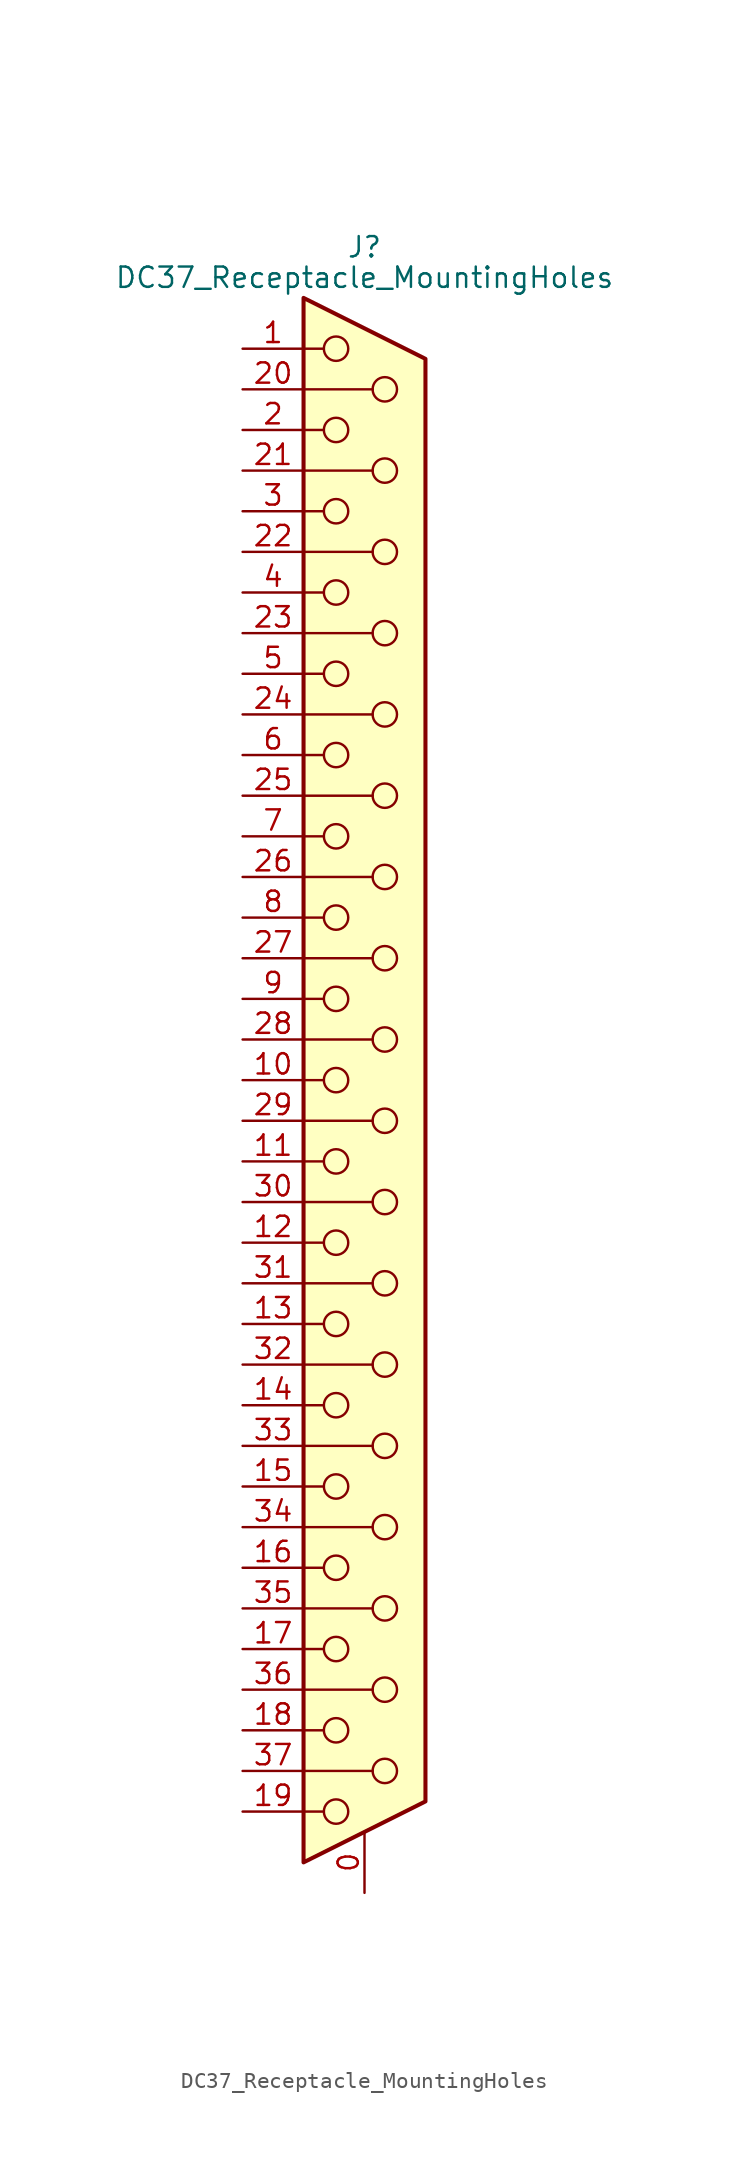
<source format=kicad_sym>
(kicad_symbol_lib
  (version 20241209)
  (generator "kicad_symbol_editor")
  (generator_version "9.0")
  (symbol "DC37_Receptacle_MountingHoles"
    (pin_names
      (offset 1.016)
      (hide yes))
    (property "Reference" "J"
      (at 0 52.07 0)
      (effects (font (size 1.27 1.27))))
    (property "Value" "DC37_Receptacle_MountingHoles"
      (at 0 50.165 0)
      (effects (font (size 1.27 1.27))))
    (symbol "DC37_Receptacle_MountingHoles_0_1"
      (polyline (pts (xy -3.81 45.72) (xy -2.54 45.72)) (stroke (width 0) (type default)) (fill (type none)))
      (polyline (pts (xy -3.81 43.18) (xy 0.508 43.18)) (stroke (width 0) (type default)) (fill (type none)))
      (polyline (pts (xy -3.81 40.64) (xy -2.54 40.64)) (stroke (width 0) (type default)) (fill (type none)))
      (polyline (pts (xy -3.81 38.1) (xy 0.508 38.1)) (stroke (width 0) (type default)) (fill (type none)))
      (polyline (pts (xy -3.81 35.56) (xy -2.54 35.56)) (stroke (width 0) (type default)) (fill (type none)))
      (polyline (pts (xy -3.81 33.02) (xy 0.508 33.02)) (stroke (width 0) (type default)) (fill (type none)))
      (polyline (pts (xy -3.81 30.48) (xy -2.54 30.48)) (stroke (width 0) (type default)) (fill (type none)))
      (polyline (pts (xy -3.81 27.94) (xy 0.508 27.94)) (stroke (width 0) (type default)) (fill (type none)))
      (polyline (pts (xy -3.81 25.4) (xy -2.54 25.4)) (stroke (width 0) (type default)) (fill (type none)))
      (polyline (pts (xy -3.81 22.86) (xy 0.508 22.86)) (stroke (width 0) (type default)) (fill (type none)))
      (polyline (pts (xy -3.81 20.32) (xy -2.54 20.32)) (stroke (width 0) (type default)) (fill (type none)))
      (polyline (pts (xy -3.81 17.78) (xy 0.508 17.78)) (stroke (width 0) (type default)) (fill (type none)))
      (polyline (pts (xy -3.81 15.24) (xy -2.54 15.24)) (stroke (width 0) (type default)) (fill (type none)))
      (polyline (pts (xy -3.81 12.7) (xy 0.508 12.7)) (stroke (width 0) (type default)) (fill (type none)))
      (polyline (pts (xy -3.81 10.16) (xy -2.54 10.16)) (stroke (width 0) (type default)) (fill (type none)))
      (polyline (pts (xy -3.81 7.62) (xy 0.508 7.62)) (stroke (width 0) (type default)) (fill (type none)))
      (polyline (pts (xy -3.81 5.08) (xy -2.54 5.08)) (stroke (width 0) (type default)) (fill (type none)))
      (polyline (pts (xy -3.81 2.54) (xy 0.508 2.54)) (stroke (width 0) (type default)) (fill (type none)))
      (polyline (pts (xy -3.81 0) (xy -2.54 0)) (stroke (width 0) (type default)) (fill (type none)))
      (polyline (pts (xy -3.81 -2.54) (xy 0.508 -2.54)) (stroke (width 0) (type default)) (fill (type none)))
      (polyline (pts (xy -3.81 -5.08) (xy -2.54 -5.08)) (stroke (width 0) (type default)) (fill (type none)))
      (polyline (pts (xy -3.81 -7.62) (xy 0.508 -7.62)) (stroke (width 0) (type default)) (fill (type none)))
      (polyline (pts (xy -3.81 -10.16) (xy -2.54 -10.16)) (stroke (width 0) (type default)) (fill (type none)))
      (polyline (pts (xy -3.81 -12.7) (xy 0.508 -12.7)) (stroke (width 0) (type default)) (fill (type none)))
      (polyline (pts (xy -3.81 -15.24) (xy -2.54 -15.24)) (stroke (width 0) (type default)) (fill (type none)))
      (polyline (pts (xy -3.81 -17.78) (xy 0.508 -17.78)) (stroke (width 0) (type default)) (fill (type none)))
      (polyline (pts (xy -3.81 -20.32) (xy -2.54 -20.32)) (stroke (width 0) (type default)) (fill (type none)))
      (polyline (pts (xy -3.81 -22.86) (xy 0.508 -22.86)) (stroke (width 0) (type default)) (fill (type none)))
      (polyline (pts (xy -3.81 -25.4) (xy -2.54 -25.4)) (stroke (width 0) (type default)) (fill (type none)))
      (polyline (pts (xy -3.81 -27.94) (xy 0.508 -27.94)) (stroke (width 0) (type default)) (fill (type none)))
      (polyline (pts (xy -3.81 -30.48) (xy -2.54 -30.48)) (stroke (width 0) (type default)) (fill (type none)))
      (polyline (pts (xy -3.81 -33.02) (xy 0.508 -33.02)) (stroke (width 0) (type default)) (fill (type none)))
      (polyline (pts (xy -3.81 -35.56) (xy -2.54 -35.56)) (stroke (width 0) (type default)) (fill (type none)))
      (polyline (pts (xy -3.81 -38.1) (xy 0.508 -38.1)) (stroke (width 0) (type default)) (fill (type none)))
      (polyline (pts (xy -3.81 -40.64) (xy -2.54 -40.64)) (stroke (width 0) (type default)) (fill (type none)))
      (polyline (pts (xy -3.81 -43.18) (xy 0.508 -43.18)) (stroke (width 0) (type default)) (fill (type none)))
      (polyline (pts (xy -3.81 -45.72) (xy -2.54 -45.72)) (stroke (width 0) (type default)) (fill (type none)))
      (polyline (pts (xy -3.81 -48.895) (xy 3.81 -45.085) (xy 3.81 45.085) (xy -3.81 48.895) (xy -3.81 -48.895)) (stroke (width 0.254) (type default)) (fill (type background)))
      (circle (center -1.778 45.72) (radius 0.762) (stroke (width 0) (type default)) (fill (type none)))
      (circle (center -1.778 40.64) (radius 0.762) (stroke (width 0) (type default)) (fill (type none)))
      (circle (center -1.778 35.56) (radius 0.762) (stroke (width 0) (type default)) (fill (type none)))
      (circle (center -1.778 30.48) (radius 0.762) (stroke (width 0) (type default)) (fill (type none)))
      (circle (center -1.778 25.4) (radius 0.762) (stroke (width 0) (type default)) (fill (type none)))
      (circle (center -1.778 20.32) (radius 0.762) (stroke (width 0) (type default)) (fill (type none)))
      (circle (center -1.778 15.24) (radius 0.762) (stroke (width 0) (type default)) (fill (type none)))
      (circle (center -1.778 10.16) (radius 0.762) (stroke (width 0) (type default)) (fill (type none)))
      (circle (center -1.778 5.08) (radius 0.762) (stroke (width 0) (type default)) (fill (type none)))
      (circle (center -1.778 0) (radius 0.762) (stroke (width 0) (type default)) (fill (type none)))
      (circle (center -1.778 -5.08) (radius 0.762) (stroke (width 0) (type default)) (fill (type none)))
      (circle (center -1.778 -10.16) (radius 0.762) (stroke (width 0) (type default)) (fill (type none)))
      (circle (center -1.778 -15.24) (radius 0.762) (stroke (width 0) (type default)) (fill (type none)))
      (circle (center -1.778 -20.32) (radius 0.762) (stroke (width 0) (type default)) (fill (type none)))
      (circle (center -1.778 -25.4) (radius 0.762) (stroke (width 0) (type default)) (fill (type none)))
      (circle (center -1.778 -30.48) (radius 0.762) (stroke (width 0) (type default)) (fill (type none)))
      (circle (center -1.778 -35.56) (radius 0.762) (stroke (width 0) (type default)) (fill (type none)))
      (circle (center -1.778 -40.64) (radius 0.762) (stroke (width 0) (type default)) (fill (type none)))
      (circle (center -1.778 -45.72) (radius 0.762) (stroke (width 0) (type default)) (fill (type none)))
      (circle (center 1.27 43.18) (radius 0.762) (stroke (width 0) (type default)) (fill (type none)))
      (circle (center 1.27 38.1) (radius 0.762) (stroke (width 0) (type default)) (fill (type none)))
      (circle (center 1.27 33.02) (radius 0.762) (stroke (width 0) (type default)) (fill (type none)))
      (circle (center 1.27 27.94) (radius 0.762) (stroke (width 0) (type default)) (fill (type none)))
      (circle (center 1.27 22.86) (radius 0.762) (stroke (width 0) (type default)) (fill (type none)))
      (circle (center 1.27 17.78) (radius 0.762) (stroke (width 0) (type default)) (fill (type none)))
      (circle (center 1.27 12.7) (radius 0.762) (stroke (width 0) (type default)) (fill (type none)))
      (circle (center 1.27 7.62) (radius 0.762) (stroke (width 0) (type default)) (fill (type none)))
      (circle (center 1.27 2.54) (radius 0.762) (stroke (width 0) (type default)) (fill (type none)))
      (circle (center 1.27 -2.54) (radius 0.762) (stroke (width 0) (type default)) (fill (type none)))
      (circle (center 1.27 -7.62) (radius 0.762) (stroke (width 0) (type default)) (fill (type none)))
      (circle (center 1.27 -12.7) (radius 0.762) (stroke (width 0) (type default)) (fill (type none)))
      (circle (center 1.27 -17.78) (radius 0.762) (stroke (width 0) (type default)) (fill (type none)))
      (circle (center 1.27 -22.86) (radius 0.762) (stroke (width 0) (type default)) (fill (type none)))
      (circle (center 1.27 -27.94) (radius 0.762) (stroke (width 0) (type default)) (fill (type none)))
      (circle (center 1.27 -33.02) (radius 0.762) (stroke (width 0) (type default)) (fill (type none)))
      (circle (center 1.27 -38.1) (radius 0.762) (stroke (width 0) (type default)) (fill (type none)))
      (circle (center 1.27 -43.18) (radius 0.762) (stroke (width 0) (type default)) (fill (type none))))
    (symbol "DC37_Receptacle_MountingHoles_1_1"
      (pin passive line (at -7.62 45.72 0) (length 3.81) (name "1" (effects (font (size 1.27 1.27)))) (number "1" (effects (font (size 1.27 1.27)))))
      (pin passive line (at -7.62 43.18 0) (length 3.81) (name "20" (effects (font (size 1.27 1.27)))) (number "20" (effects (font (size 1.27 1.27)))))
      (pin passive line (at -7.62 40.64 0) (length 3.81) (name "2" (effects (font (size 1.27 1.27)))) (number "2" (effects (font (size 1.27 1.27)))))
      (pin passive line (at -7.62 38.1 0) (length 3.81) (name "21" (effects (font (size 1.27 1.27)))) (number "21" (effects (font (size 1.27 1.27)))))
      (pin passive line (at -7.62 35.56 0) (length 3.81) (name "3" (effects (font (size 1.27 1.27)))) (number "3" (effects (font (size 1.27 1.27)))))
      (pin passive line (at -7.62 33.02 0) (length 3.81) (name "22" (effects (font (size 1.27 1.27)))) (number "22" (effects (font (size 1.27 1.27)))))
      (pin passive line (at -7.62 30.48 0) (length 3.81) (name "4" (effects (font (size 1.27 1.27)))) (number "4" (effects (font (size 1.27 1.27)))))
      (pin passive line (at -7.62 27.94 0) (length 3.81) (name "23" (effects (font (size 1.27 1.27)))) (number "23" (effects (font (size 1.27 1.27)))))
      (pin passive line (at -7.62 25.4 0) (length 3.81) (name "5" (effects (font (size 1.27 1.27)))) (number "5" (effects (font (size 1.27 1.27)))))
      (pin passive line (at -7.62 22.86 0) (length 3.81) (name "24" (effects (font (size 1.27 1.27)))) (number "24" (effects (font (size 1.27 1.27)))))
      (pin passive line (at -7.62 20.32 0) (length 3.81) (name "6" (effects (font (size 1.27 1.27)))) (number "6" (effects (font (size 1.27 1.27)))))
      (pin passive line (at -7.62 17.78 0) (length 3.81) (name "25" (effects (font (size 1.27 1.27)))) (number "25" (effects (font (size 1.27 1.27)))))
      (pin passive line (at -7.62 15.24 0) (length 3.81) (name "7" (effects (font (size 1.27 1.27)))) (number "7" (effects (font (size 1.27 1.27)))))
      (pin passive line (at -7.62 12.7 0) (length 3.81) (name "26" (effects (font (size 1.27 1.27)))) (number "26" (effects (font (size 1.27 1.27)))))
      (pin passive line (at -7.62 10.16 0) (length 3.81) (name "8" (effects (font (size 1.27 1.27)))) (number "8" (effects (font (size 1.27 1.27)))))
      (pin passive line (at -7.62 7.62 0) (length 3.81) (name "27" (effects (font (size 1.27 1.27)))) (number "27" (effects (font (size 1.27 1.27)))))
      (pin passive line (at -7.62 5.08 0) (length 3.81) (name "9" (effects (font (size 1.27 1.27)))) (number "9" (effects (font (size 1.27 1.27)))))
      (pin passive line (at -7.62 2.54 0) (length 3.81) (name "28" (effects (font (size 1.27 1.27)))) (number "28" (effects (font (size 1.27 1.27)))))
      (pin passive line (at -7.62 0 0) (length 3.81) (name "10" (effects (font (size 1.27 1.27)))) (number "10" (effects (font (size 1.27 1.27)))))
      (pin passive line (at -7.62 -2.54 0) (length 3.81) (name "29" (effects (font (size 1.27 1.27)))) (number "29" (effects (font (size 1.27 1.27)))))
      (pin passive line (at -7.62 -5.08 0) (length 3.81) (name "11" (effects (font (size 1.27 1.27)))) (number "11" (effects (font (size 1.27 1.27)))))
      (pin passive line (at -7.62 -7.62 0) (length 3.81) (name "30" (effects (font (size 1.27 1.27)))) (number "30" (effects (font (size 1.27 1.27)))))
      (pin passive line (at -7.62 -10.16 0) (length 3.81) (name "12" (effects (font (size 1.27 1.27)))) (number "12" (effects (font (size 1.27 1.27)))))
      (pin passive line (at -7.62 -12.7 0) (length 3.81) (name "31" (effects (font (size 1.27 1.27)))) (number "31" (effects (font (size 1.27 1.27)))))
      (pin passive line (at -7.62 -15.24 0) (length 3.81) (name "13" (effects (font (size 1.27 1.27)))) (number "13" (effects (font (size 1.27 1.27)))))
      (pin passive line (at -7.62 -17.78 0) (length 3.81) (name "32" (effects (font (size 1.27 1.27)))) (number "32" (effects (font (size 1.27 1.27)))))
      (pin passive line (at -7.62 -20.32 0) (length 3.81) (name "14" (effects (font (size 1.27 1.27)))) (number "14" (effects (font (size 1.27 1.27)))))
      (pin passive line (at -7.62 -22.86 0) (length 3.81) (name "33" (effects (font (size 1.27 1.27)))) (number "33" (effects (font (size 1.27 1.27)))))
      (pin passive line (at -7.62 -25.4 0) (length 3.81) (name "15" (effects (font (size 1.27 1.27)))) (number "15" (effects (font (size 1.27 1.27)))))
      (pin passive line (at -7.62 -27.94 0) (length 3.81) (name "34" (effects (font (size 1.27 1.27)))) (number "34" (effects (font (size 1.27 1.27)))))
      (pin passive line (at -7.62 -30.48 0) (length 3.81) (name "16" (effects (font (size 1.27 1.27)))) (number "16" (effects (font (size 1.27 1.27)))))
      (pin passive line (at -7.62 -33.02 0) (length 3.81) (name "35" (effects (font (size 1.27 1.27)))) (number "35" (effects (font (size 1.27 1.27)))))
      (pin passive line (at -7.62 -35.56 0) (length 3.81) (name "17" (effects (font (size 1.27 1.27)))) (number "17" (effects (font (size 1.27 1.27)))))
      (pin passive line (at -7.62 -38.1 0) (length 3.81) (name "36" (effects (font (size 1.27 1.27)))) (number "36" (effects (font (size 1.27 1.27)))))
      (pin passive line (at -7.62 -40.64 0) (length 3.81) (name "18" (effects (font (size 1.27 1.27)))) (number "18" (effects (font (size 1.27 1.27)))))
      (pin passive line (at -7.62 -43.18 0) (length 3.81) (name "37" (effects (font (size 1.27 1.27)))) (number "37" (effects (font (size 1.27 1.27)))))
      (pin passive line (at -7.62 -45.72 0) (length 3.81) (name "19" (effects (font (size 1.27 1.27)))) (number "19" (effects (font (size 1.27 1.27)))))
      (pin passive line (at 0 -50.8 90) (length 3.81) (name "PAD" (effects (font (size 1.27 1.27)))) (number "0" (effects (font (size 1.27 1.27))))))))
</source>
